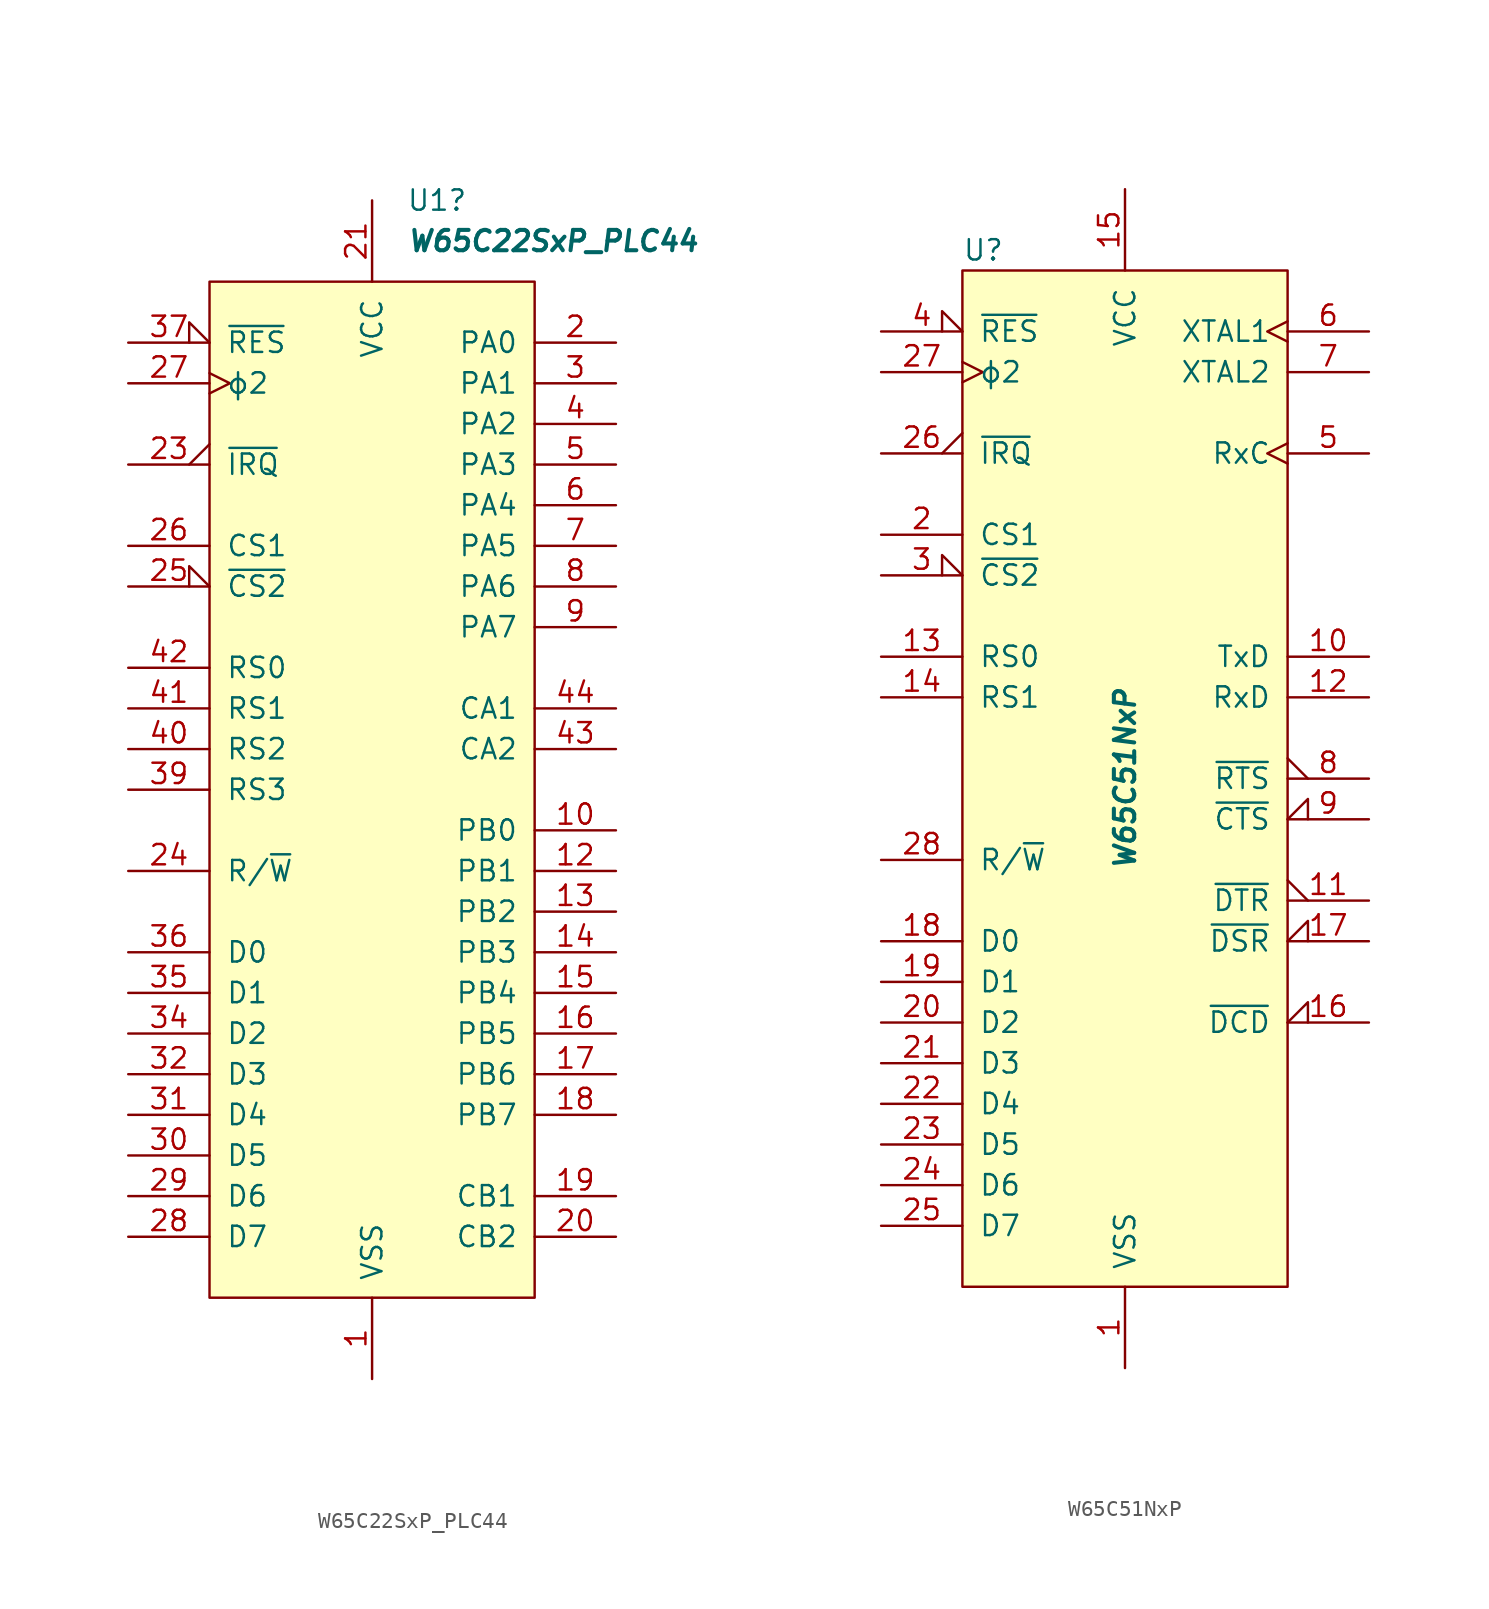
<source format=kicad_sym>
(kicad_symbol_lib
  (version 20241209)
  (generator "kicad_symbol_editor")
  (generator_version "9.0")
  (symbol "W65C22SxP_PLC44"
    (pin_names
      (offset 1.016))
    (property "Reference" "U1"
      (at 2.143 36.83 0)
      (effects (font (size 1.27 1.27)) (justify left)))
    (property "Value" "W65C22SxP_PLC44"
      (at 2.143 34.29 0)
      (effects (font (size 1.27 1.27) (bold yes) (italic yes)) (justify left)))
    (symbol "W65C22SxP_PLC44_0_1"
      (rectangle (start -10.16 31.75) (end 10.16 -31.75) (stroke (width 0) (type default)) (fill (type background))))
    (symbol "W65C22SxP_PLC44_1_1"
      (pin input input_low (at -15.24 27.94 0) (length 5.08) (name "~{RES}" (effects (font (size 1.27 1.27)))) (number "37" (effects (font (size 1.27 1.27)))))
      (pin input clock (at -15.24 25.4 0) (length 5.08) (name "ϕ2" (effects (font (size 1.27 1.27)))) (number "27" (effects (font (size 1.27 1.27)))))
      (pin output output_low (at -15.24 20.32 0) (length 5.08) (name "~{IRQ}" (effects (font (size 1.27 1.27)))) (number "23" (effects (font (size 1.27 1.27)))))
      (pin input line (at -15.24 15.24 0) (length 5.08) (name "CS1" (effects (font (size 1.27 1.27)))) (number "26" (effects (font (size 1.27 1.27)))))
      (pin input input_low (at -15.24 12.7 0) (length 5.08) (name "~{CS2}" (effects (font (size 1.27 1.27)))) (number "25" (effects (font (size 1.27 1.27)))))
      (pin input line (at -15.24 7.62 0) (length 5.08) (name "RS0" (effects (font (size 1.27 1.27)))) (number "42" (effects (font (size 1.27 1.27)))))
      (pin input line (at -15.24 5.08 0) (length 5.08) (name "RS1" (effects (font (size 1.27 1.27)))) (number "41" (effects (font (size 1.27 1.27)))))
      (pin input line (at -15.24 2.54 0) (length 5.08) (name "RS2" (effects (font (size 1.27 1.27)))) (number "40" (effects (font (size 1.27 1.27)))))
      (pin input line (at -15.24 0 0) (length 5.08) (name "RS3" (effects (font (size 1.27 1.27)))) (number "39" (effects (font (size 1.27 1.27)))))
      (pin input line (at -15.24 -5.08 0) (length 5.08) (name "R/~{W}" (effects (font (size 1.27 1.27)))) (number "24" (effects (font (size 1.27 1.27)))))
      (pin bidirectional line (at -15.24 -10.16 0) (length 5.08) (name "D0" (effects (font (size 1.27 1.27)))) (number "36" (effects (font (size 1.27 1.27)))))
      (pin bidirectional line (at -15.24 -12.7 0) (length 5.08) (name "D1" (effects (font (size 1.27 1.27)))) (number "35" (effects (font (size 1.27 1.27)))))
      (pin bidirectional line (at -15.24 -15.24 0) (length 5.08) (name "D2" (effects (font (size 1.27 1.27)))) (number "34" (effects (font (size 1.27 1.27)))))
      (pin bidirectional line (at -15.24 -17.78 0) (length 5.08) (name "D3" (effects (font (size 1.27 1.27)))) (number "32" (effects (font (size 1.27 1.27)))))
      (pin bidirectional line (at -15.24 -20.32 0) (length 5.08) (name "D4" (effects (font (size 1.27 1.27)))) (number "31" (effects (font (size 1.27 1.27)))))
      (pin bidirectional line (at -15.24 -22.86 0) (length 5.08) (name "D5" (effects (font (size 1.27 1.27)))) (number "30" (effects (font (size 1.27 1.27)))))
      (pin bidirectional line (at -15.24 -25.4 0) (length 5.08) (name "D6" (effects (font (size 1.27 1.27)))) (number "29" (effects (font (size 1.27 1.27)))))
      (pin bidirectional line (at -15.24 -27.94 0) (length 5.08) (name "D7" (effects (font (size 1.27 1.27)))) (number "28" (effects (font (size 1.27 1.27)))))
      (pin power_in line (at 0 36.83 270) (length 5.08) (name "VCC" (effects (font (size 1.27 1.27)))) (number "21" (effects (font (size 1.27 1.27)))))
      (pin power_in line (at 0 -36.83 90) (length 5.08) (name "VSS" (effects (font (size 1.27 1.27)))) (number "1" (effects (font (size 1.27 1.27)))))
      (pin bidirectional line (at 15.24 27.94 180) (length 5.08) (name "PA0" (effects (font (size 1.27 1.27)))) (number "2" (effects (font (size 1.27 1.27)))))
      (pin bidirectional line (at 15.24 25.4 180) (length 5.08) (name "PA1" (effects (font (size 1.27 1.27)))) (number "3" (effects (font (size 1.27 1.27)))))
      (pin bidirectional line (at 15.24 22.86 180) (length 5.08) (name "PA2" (effects (font (size 1.27 1.27)))) (number "4" (effects (font (size 1.27 1.27)))))
      (pin bidirectional line (at 15.24 20.32 180) (length 5.08) (name "PA3" (effects (font (size 1.27 1.27)))) (number "5" (effects (font (size 1.27 1.27)))))
      (pin bidirectional line (at 15.24 17.78 180) (length 5.08) (name "PA4" (effects (font (size 1.27 1.27)))) (number "6" (effects (font (size 1.27 1.27)))))
      (pin bidirectional line (at 15.24 15.24 180) (length 5.08) (name "PA5" (effects (font (size 1.27 1.27)))) (number "7" (effects (font (size 1.27 1.27)))))
      (pin bidirectional line (at 15.24 12.7 180) (length 5.08) (name "PA6" (effects (font (size 1.27 1.27)))) (number "8" (effects (font (size 1.27 1.27)))))
      (pin bidirectional line (at 15.24 10.16 180) (length 5.08) (name "PA7" (effects (font (size 1.27 1.27)))) (number "9" (effects (font (size 1.27 1.27)))))
      (pin input line (at 15.24 5.08 180) (length 5.08) (name "CA1" (effects (font (size 1.27 1.27)))) (number "44" (effects (font (size 1.27 1.27)))))
      (pin bidirectional line (at 15.24 2.54 180) (length 5.08) (name "CA2" (effects (font (size 1.27 1.27)))) (number "43" (effects (font (size 1.27 1.27)))))
      (pin bidirectional line (at 15.24 -2.54 180) (length 5.08) (name "PB0" (effects (font (size 1.27 1.27)))) (number "10" (effects (font (size 1.27 1.27)))))
      (pin bidirectional line (at 15.24 -5.08 180) (length 5.08) (name "PB1" (effects (font (size 1.27 1.27)))) (number "12" (effects (font (size 1.27 1.27)))))
      (pin bidirectional line (at 15.24 -7.62 180) (length 5.08) (name "PB2" (effects (font (size 1.27 1.27)))) (number "13" (effects (font (size 1.27 1.27)))))
      (pin bidirectional line (at 15.24 -10.16 180) (length 5.08) (name "PB3" (effects (font (size 1.27 1.27)))) (number "14" (effects (font (size 1.27 1.27)))))
      (pin bidirectional line (at 15.24 -12.7 180) (length 5.08) (name "PB4" (effects (font (size 1.27 1.27)))) (number "15" (effects (font (size 1.27 1.27)))))
      (pin bidirectional line (at 15.24 -15.24 180) (length 5.08) (name "PB5" (effects (font (size 1.27 1.27)))) (number "16" (effects (font (size 1.27 1.27)))))
      (pin bidirectional line (at 15.24 -17.78 180) (length 5.08) (name "PB6" (effects (font (size 1.27 1.27)))) (number "17" (effects (font (size 1.27 1.27)))))
      (pin bidirectional line (at 15.24 -20.32 180) (length 5.08) (name "PB7" (effects (font (size 1.27 1.27)))) (number "18" (effects (font (size 1.27 1.27)))))
      (pin input line (at 15.24 -25.4 180) (length 5.08) (name "CB1" (effects (font (size 1.27 1.27)))) (number "19" (effects (font (size 1.27 1.27)))))
      (pin bidirectional line (at 15.24 -27.94 180) (length 5.08) (name "CB2" (effects (font (size 1.27 1.27)))) (number "20" (effects (font (size 1.27 1.27)))))))
  (symbol "W65C51NxP"
    (pin_names
      (offset 1.016))
    (property "Reference" "U"
      (at -10.16 33.02 0)
      (effects (font (size 1.27 1.27)) (justify left)))
    (property "Value" "W65C51NxP"
      (at 0 0 90)
      (effects (font (size 1.27 1.27) (bold yes) (italic yes))))
    (symbol "W65C51NxP_0_1"
      (rectangle (start -10.16 31.75) (end 10.16 -31.75) (stroke (width 0) (type default)) (fill (type background))))
    (symbol "W65C51NxP_1_1"
      (pin input input_low (at -15.24 27.94 0) (length 5.08) (name "~{RES}" (effects (font (size 1.27 1.27)))) (number "4" (effects (font (size 1.27 1.27)))))
      (pin input clock (at -15.24 25.4 0) (length 5.08) (name "ϕ2" (effects (font (size 1.27 1.27)))) (number "27" (effects (font (size 1.27 1.27)))))
      (pin open_collector output_low (at -15.24 20.32 0) (length 5.08) (name "~{IRQ}" (effects (font (size 1.27 1.27)))) (number "26" (effects (font (size 1.27 1.27)))))
      (pin input line (at -15.24 15.24 0) (length 5.08) (name "CS1" (effects (font (size 1.27 1.27)))) (number "2" (effects (font (size 1.27 1.27)))))
      (pin input input_low (at -15.24 12.7 0) (length 5.08) (name "~{CS2}" (effects (font (size 1.27 1.27)))) (number "3" (effects (font (size 1.27 1.27)))))
      (pin input line (at -15.24 7.62 0) (length 5.08) (name "RS0" (effects (font (size 1.27 1.27)))) (number "13" (effects (font (size 1.27 1.27)))))
      (pin input line (at -15.24 5.08 0) (length 5.08) (name "RS1" (effects (font (size 1.27 1.27)))) (number "14" (effects (font (size 1.27 1.27)))))
      (pin input line (at -15.24 -5.08 0) (length 5.08) (name "R/~{W}" (effects (font (size 1.27 1.27)))) (number "28" (effects (font (size 1.27 1.27)))))
      (pin bidirectional line (at -15.24 -10.16 0) (length 5.08) (name "D0" (effects (font (size 1.27 1.27)))) (number "18" (effects (font (size 1.27 1.27)))))
      (pin bidirectional line (at -15.24 -12.7 0) (length 5.08) (name "D1" (effects (font (size 1.27 1.27)))) (number "19" (effects (font (size 1.27 1.27)))))
      (pin bidirectional line (at -15.24 -15.24 0) (length 5.08) (name "D2" (effects (font (size 1.27 1.27)))) (number "20" (effects (font (size 1.27 1.27)))))
      (pin bidirectional line (at -15.24 -17.78 0) (length 5.08) (name "D3" (effects (font (size 1.27 1.27)))) (number "21" (effects (font (size 1.27 1.27)))))
      (pin bidirectional line (at -15.24 -20.32 0) (length 5.08) (name "D4" (effects (font (size 1.27 1.27)))) (number "22" (effects (font (size 1.27 1.27)))))
      (pin bidirectional line (at -15.24 -22.86 0) (length 5.08) (name "D5" (effects (font (size 1.27 1.27)))) (number "23" (effects (font (size 1.27 1.27)))))
      (pin bidirectional line (at -15.24 -25.4 0) (length 5.08) (name "D6" (effects (font (size 1.27 1.27)))) (number "24" (effects (font (size 1.27 1.27)))))
      (pin bidirectional line (at -15.24 -27.94 0) (length 5.08) (name "D7" (effects (font (size 1.27 1.27)))) (number "25" (effects (font (size 1.27 1.27)))))
      (pin power_in line (at 0 36.83 270) (length 5.08) (name "VCC" (effects (font (size 1.27 1.27)))) (number "15" (effects (font (size 1.27 1.27)))))
      (pin power_in line (at 0 -36.83 90) (length 5.08) (name "VSS" (effects (font (size 1.27 1.27)))) (number "1" (effects (font (size 1.27 1.27)))))
      (pin input clock (at 15.24 27.94 180) (length 5.08) (name "XTAL1" (effects (font (size 1.27 1.27)))) (number "6" (effects (font (size 1.27 1.27)))))
      (pin output line (at 15.24 25.4 180) (length 5.08) (name "XTAL2" (effects (font (size 1.27 1.27)))) (number "7" (effects (font (size 1.27 1.27)))))
      (pin bidirectional clock (at 15.24 20.32 180) (length 5.08) (name "RxC" (effects (font (size 1.27 1.27)))) (number "5" (effects (font (size 1.27 1.27)))))
      (pin output line (at 15.24 7.62 180) (length 5.08) (name "TxD" (effects (font (size 1.27 1.27)))) (number "10" (effects (font (size 1.27 1.27)))))
      (pin input line (at 15.24 5.08 180) (length 5.08) (name "RxD" (effects (font (size 1.27 1.27)))) (number "12" (effects (font (size 1.27 1.27)))))
      (pin output output_low (at 15.24 0 180) (length 5.08) (name "~{RTS}" (effects (font (size 1.27 1.27)))) (number "8" (effects (font (size 1.27 1.27)))))
      (pin input input_low (at 15.24 -2.54 180) (length 5.08) (name "~{CTS}" (effects (font (size 1.27 1.27)))) (number "9" (effects (font (size 1.27 1.27)))))
      (pin output output_low (at 15.24 -7.62 180) (length 5.08) (name "~{DTR}" (effects (font (size 1.27 1.27)))) (number "11" (effects (font (size 1.27 1.27)))))
      (pin input input_low (at 15.24 -10.16 180) (length 5.08) (name "~{DSR}" (effects (font (size 1.27 1.27)))) (number "17" (effects (font (size 1.27 1.27)))))
      (pin input input_low (at 15.24 -15.24 180) (length 5.08) (name "~{DCD}" (effects (font (size 1.27 1.27)))) (number "16" (effects (font (size 1.27 1.27))))))))
</source>
